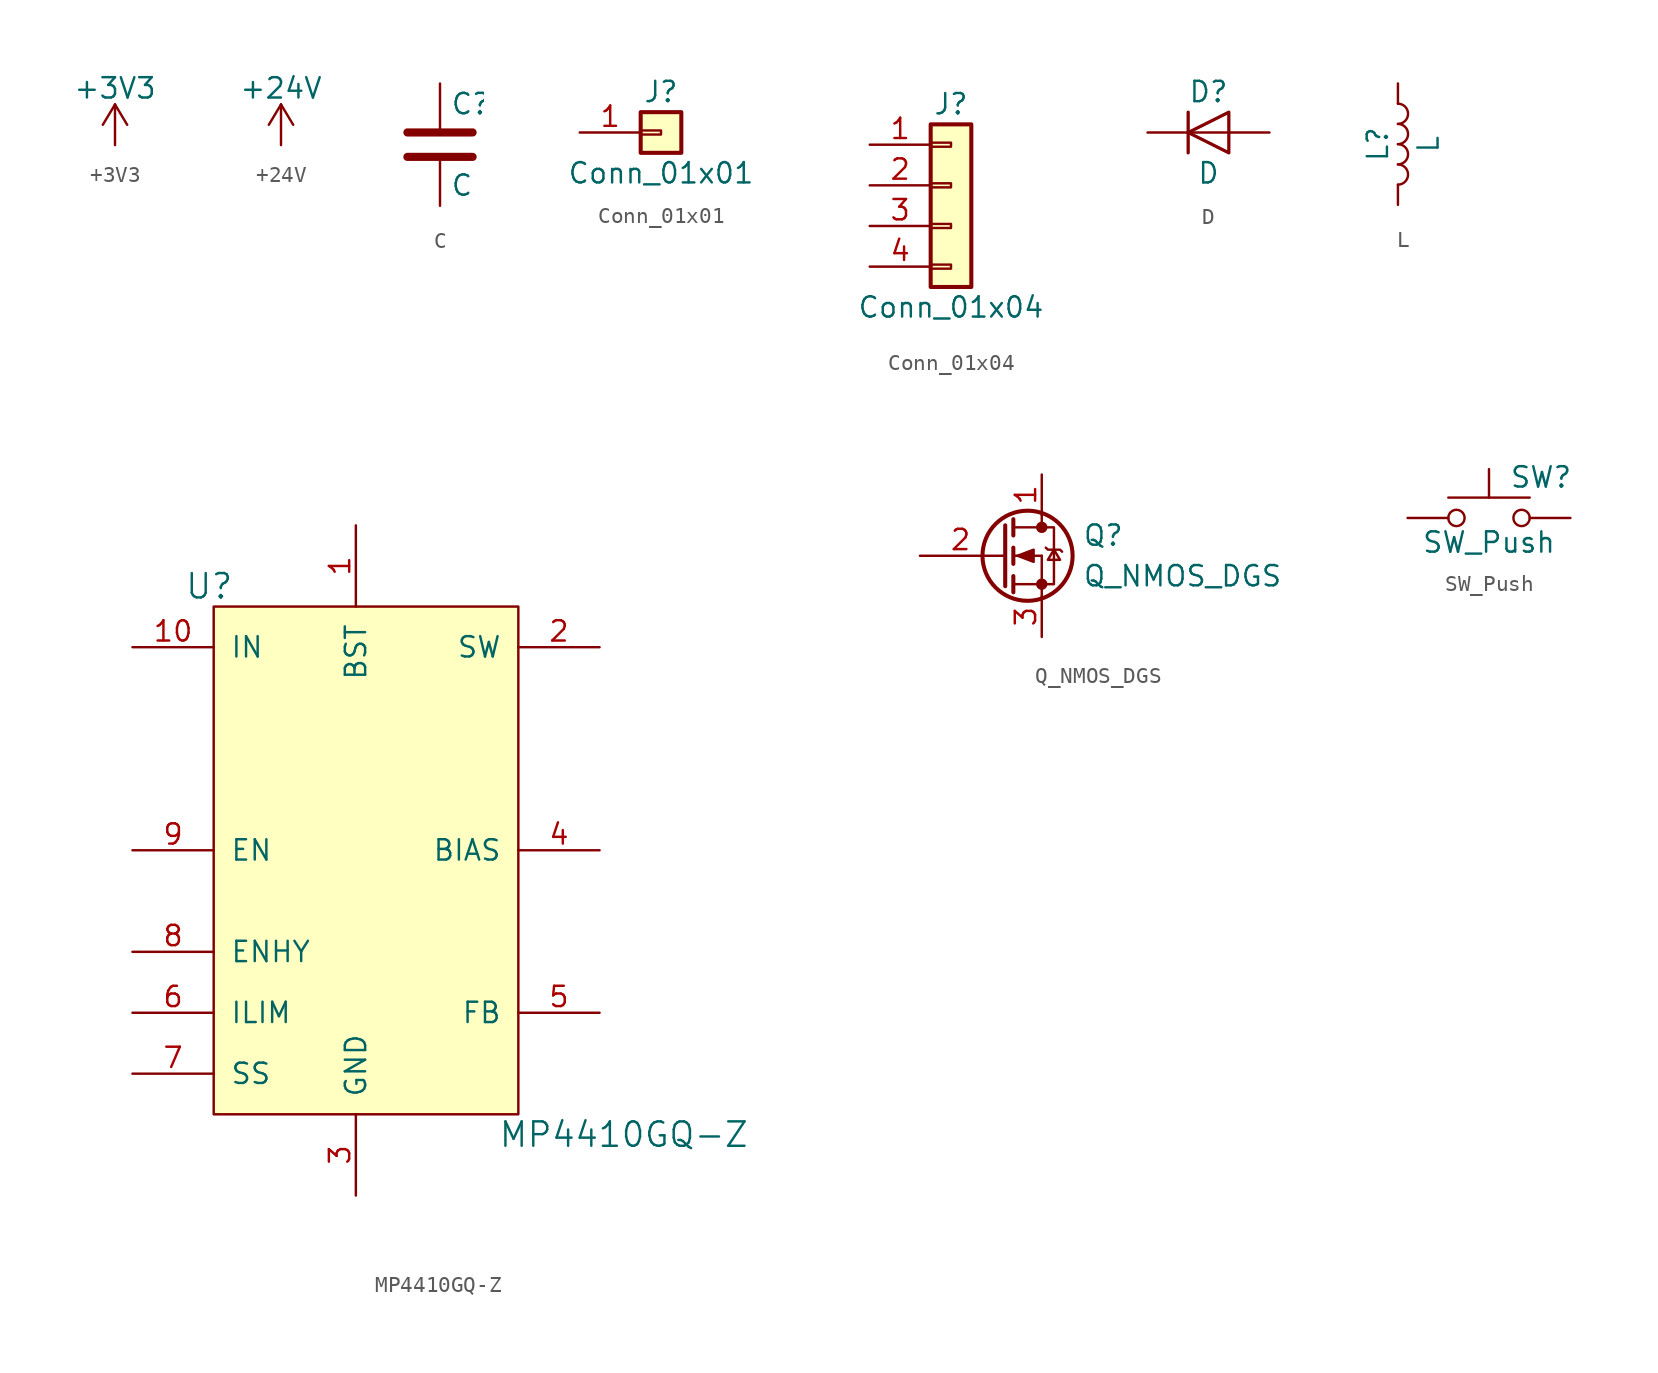
<source format=kicad_sym>
(kicad_symbol_lib
  (version 20220914)
  (generator kicad_symbol_editor)
  (symbol "+3V3"
    (power)
    (pin_names
      (offset 0))
    (property "Reference" "#PWR"
      (at 0 -3.81 0)
      (effects (font (size 1.27 1.27)) hide))
    (property "Value" "+3V3"
      (at 0 3.556 0)
      (effects (font (size 1.27 1.27))))
    (symbol "+3V3_0_1"
      (polyline (pts (xy -0.762 1.27) (xy 0 2.54)) (stroke (width 0) (type solid)) (fill (type none)))
      (polyline (pts (xy 0 0) (xy 0 2.54)) (stroke (width 0) (type solid)) (fill (type none)))
      (polyline (pts (xy 0 2.54) (xy 0.762 1.27)) (stroke (width 0) (type solid)) (fill (type none))))
    (symbol "+3V3_1_1"
      (pin power_in line (at 0 0 90) (length 0) hide (name "+3V3" (effects (font (size 1.27 1.27)))) (number "1" (effects (font (size 1.27 1.27)))))))
  (symbol "+24V"
    (power)
    (pin_names
      (offset 0))
    (property "Reference" "#PWR"
      (at 0 -3.81 0)
      (effects (font (size 1.27 1.27)) hide))
    (property "Value" "+24V"
      (at 0 3.556 0)
      (effects (font (size 1.27 1.27))))
    (symbol "+24V_0_1"
      (polyline (pts (xy -0.762 1.27) (xy 0 2.54)) (stroke (width 0) (type solid)) (fill (type none)))
      (polyline (pts (xy 0 0) (xy 0 2.54)) (stroke (width 0) (type solid)) (fill (type none)))
      (polyline (pts (xy 0 2.54) (xy 0.762 1.27)) (stroke (width 0) (type solid)) (fill (type none))))
    (symbol "+24V_1_1"
      (pin power_in line (at 0 0 90) (length 0) hide (name "+24V" (effects (font (size 1.27 1.27)))) (number "1" (effects (font (size 1.27 1.27)))))))
  (symbol "C"
    (pin_numbers hide)
    (pin_names
      (offset 0.254))
    (property "Reference" "C"
      (at 0.635 2.54 0)
      (effects (font (size 1.27 1.27)) (justify left)))
    (property "Value" "C"
      (at 0.635 -2.54 0)
      (effects (font (size 1.27 1.27)) (justify left)))
    (symbol "C_0_1"
      (polyline (pts (xy -2.032 -0.762) (xy 2.032 -0.762)) (stroke (width 0.508) (type solid)) (fill (type none)))
      (polyline (pts (xy -2.032 0.762) (xy 2.032 0.762)) (stroke (width 0.508) (type solid)) (fill (type none))))
    (symbol "C_1_1"
      (pin passive line (at 0 3.81 270) (length 2.794) (name "~" (effects (font (size 1.27 1.27)))) (number "1" (effects (font (size 1.27 1.27)))))
      (pin passive line (at 0 -3.81 90) (length 2.794) (name "~" (effects (font (size 1.27 1.27)))) (number "2" (effects (font (size 1.27 1.27)))))))
  (symbol "Conn_01x01"
    (pin_names
      (offset 1.016) hide)
    (property "Reference" "J"
      (at 0 2.54 0)
      (effects (font (size 1.27 1.27))))
    (property "Value" "Conn_01x01"
      (at 0 -2.54 0)
      (effects (font (size 1.27 1.27))))
    (symbol "Conn_01x01_1_1"
      (rectangle (start -1.27 0.127) (end 0 -0.127) (stroke (width 0.152) (type solid)) (fill (type none)))
      (rectangle (start -1.27 1.27) (end 1.27 -1.27) (stroke (width 0.254) (type solid)) (fill (type background)))
      (pin passive line (at -5.08 0 0) (length 3.81) (name "Pin_1" (effects (font (size 1.27 1.27)))) (number "1" (effects (font (size 1.27 1.27)))))))
  (symbol "Conn_01x04"
    (pin_names
      (offset 1.016) hide)
    (property "Reference" "J"
      (at 0 5.08 0)
      (effects (font (size 1.27 1.27))))
    (property "Value" "Conn_01x04"
      (at 0 -7.62 0)
      (effects (font (size 1.27 1.27))))
    (symbol "Conn_01x04_1_1"
      (rectangle (start -1.27 -4.953) (end 0 -5.207) (stroke (width 0.152) (type solid)) (fill (type none)))
      (rectangle (start -1.27 -2.413) (end 0 -2.667) (stroke (width 0.152) (type solid)) (fill (type none)))
      (rectangle (start -1.27 0.127) (end 0 -0.127) (stroke (width 0.152) (type solid)) (fill (type none)))
      (rectangle (start -1.27 2.667) (end 0 2.413) (stroke (width 0.152) (type solid)) (fill (type none)))
      (rectangle (start -1.27 3.81) (end 1.27 -6.35) (stroke (width 0.254) (type solid)) (fill (type background)))
      (pin passive line (at -5.08 2.54 0) (length 3.81) (name "Pin_1" (effects (font (size 1.27 1.27)))) (number "1" (effects (font (size 1.27 1.27)))))
      (pin passive line (at -5.08 0 0) (length 3.81) (name "Pin_2" (effects (font (size 1.27 1.27)))) (number "2" (effects (font (size 1.27 1.27)))))
      (pin passive line (at -5.08 -2.54 0) (length 3.81) (name "Pin_3" (effects (font (size 1.27 1.27)))) (number "3" (effects (font (size 1.27 1.27)))))
      (pin passive line (at -5.08 -5.08 0) (length 3.81) (name "Pin_4" (effects (font (size 1.27 1.27)))) (number "4" (effects (font (size 1.27 1.27)))))))
  (symbol "D"
    (pin_numbers hide)
    (pin_names
      (offset 1.016) hide)
    (property "Reference" "D"
      (at 0 2.54 0)
      (effects (font (size 1.27 1.27))))
    (property "Value" "D"
      (at 0 -2.54 0)
      (effects (font (size 1.27 1.27))))
    (symbol "D_0_1"
      (polyline (pts (xy -1.27 1.27) (xy -1.27 -1.27)) (stroke (width 0.203) (type solid)) (fill (type none)))
      (polyline (pts (xy 1.27 0) (xy -1.27 0)) (stroke (width 0) (type solid)) (fill (type none)))
      (polyline (pts (xy 1.27 1.27) (xy 1.27 -1.27) (xy -1.27 0) (xy 1.27 1.27)) (stroke (width 0.203) (type solid)) (fill (type none))))
    (symbol "D_1_1"
      (pin passive line (at -3.81 0 0) (length 2.54) (name "K" (effects (font (size 1.27 1.27)))) (number "1" (effects (font (size 1.27 1.27)))))
      (pin passive line (at 3.81 0 180) (length 2.54) (name "A" (effects (font (size 1.27 1.27)))) (number "2" (effects (font (size 1.27 1.27)))))))
  (symbol "L"
    (pin_numbers hide)
    (pin_names
      (offset 1.016) hide)
    (property "Reference" "L"
      (at -1.27 0 90)
      (effects (font (size 1.27 1.27))))
    (property "Value" "L"
      (at 1.905 0 90)
      (effects (font (size 1.27 1.27))))
    (symbol "L_0_1"
      (arc (start 0 -2.54) (mid 0.635 -1.905) (end 0 -1.27) (stroke (width 0) (type solid)) (fill (type none)))
      (arc (start 0 -1.27) (mid 0.635 -0.635) (end 0 0) (stroke (width 0) (type solid)) (fill (type none)))
      (arc (start 0 0) (mid 0.635 0.635) (end 0 1.27) (stroke (width 0) (type solid)) (fill (type none)))
      (arc (start 0 1.27) (mid 0.635 1.905) (end 0 2.54) (stroke (width 0) (type solid)) (fill (type none))))
    (symbol "L_1_1"
      (pin passive line (at 0 3.81 270) (length 1.27) (name "1" (effects (font (size 1.27 1.27)))) (number "1" (effects (font (size 1.27 1.27)))))
      (pin passive line (at 0 -3.81 90) (length 1.27) (name "2" (effects (font (size 1.27 1.27)))) (number "2" (effects (font (size 1.27 1.27)))))))
  (symbol "MP4410GQ-Z"
    (pin_names
      (offset 1.016))
    (property "Reference" "U"
      (at -7.62 16.51 0)
      (effects (font (size 1.524 1.524)) (justify right)))
    (property "Value" "MP4410GQ-Z"
      (at 8.89 -17.78 0)
      (effects (font (size 1.524 1.524)) (justify left)))
    (symbol "MP4410GQ-Z_0_1"
      (rectangle (start -8.89 15.24) (end 10.16 -16.51) (stroke (width 0) (type solid)) (fill (type background)))
      (pin power_in line (at 0 20.32 270) (length 5.08) (name "BST" (effects (font (size 1.27 1.27)))) (number "1" (effects (font (size 1.27 1.27)))))
      (pin power_in line (at -13.97 12.7 0) (length 5.08) (name "IN" (effects (font (size 1.27 1.27)))) (number "10" (effects (font (size 1.27 1.27)))))
      (pin power_out line (at 15.24 12.7 180) (length 5.08) (name "SW" (effects (font (size 1.27 1.27)))) (number "2" (effects (font (size 1.27 1.27)))))
      (pin power_in line (at 0 -21.59 90) (length 5.08) (name "GND" (effects (font (size 1.27 1.27)))) (number "3" (effects (font (size 1.27 1.27)))))
      (pin power_in line (at 15.24 0 180) (length 5.08) (name "BIAS" (effects (font (size 1.27 1.27)))) (number "4" (effects (font (size 1.27 1.27)))))
      (pin input line (at 15.24 -10.16 180) (length 5.08) (name "FB" (effects (font (size 1.27 1.27)))) (number "5" (effects (font (size 1.27 1.27)))))
      (pin input line (at -13.97 -10.16 0) (length 5.08) (name "ILIM" (effects (font (size 1.27 1.27)))) (number "6" (effects (font (size 1.27 1.27)))))
      (pin input line (at -13.97 -13.97 0) (length 5.08) (name "SS" (effects (font (size 1.27 1.27)))) (number "7" (effects (font (size 1.27 1.27)))))
      (pin output line (at -13.97 -6.35 0) (length 5.08) (name "ENHY" (effects (font (size 1.27 1.27)))) (number "8" (effects (font (size 1.27 1.27)))))
      (pin input line (at -13.97 0 0) (length 5.08) (name "EN" (effects (font (size 1.27 1.27)))) (number "9" (effects (font (size 1.27 1.27)))))))
  (symbol "Q_NMOS_DGS"
    (pin_names
      (offset 0) hide)
    (property "Reference" "Q"
      (at 5.08 1.27 0)
      (effects (font (size 1.27 1.27)) (justify left)))
    (property "Value" "Q_NMOS_DGS"
      (at 5.08 -1.27 0)
      (effects (font (size 1.27 1.27)) (justify left)))
    (symbol "Q_NMOS_DGS_0_1"
      (polyline (pts (xy 0.051 0) (xy 0.254 0)) (stroke (width 0) (type solid)) (fill (type none)))
      (polyline (pts (xy 0.762 -1.778) (xy 2.54 -1.778)) (stroke (width 0) (type solid)) (fill (type none)))
      (polyline (pts (xy 0.762 -1.27) (xy 0.762 -2.286)) (stroke (width 0.254) (type solid)) (fill (type none)))
      (polyline (pts (xy 0.762 0) (xy 2.54 0)) (stroke (width 0) (type solid)) (fill (type none)))
      (polyline (pts (xy 0.762 0.508) (xy 0.762 -0.508)) (stroke (width 0.254) (type solid)) (fill (type none)))
      (polyline (pts (xy 0.762 1.778) (xy 2.54 1.778)) (stroke (width 0) (type solid)) (fill (type none)))
      (polyline (pts (xy 0.762 2.286) (xy 0.762 1.27)) (stroke (width 0.254) (type solid)) (fill (type none)))
      (polyline (pts (xy 2.54 -1.778) (xy 2.54 -2.54)) (stroke (width 0) (type solid)) (fill (type none)))
      (polyline (pts (xy 2.54 -1.778) (xy 2.54 0)) (stroke (width 0) (type solid)) (fill (type none)))
      (polyline (pts (xy 2.54 2.54) (xy 2.54 1.778)) (stroke (width 0) (type solid)) (fill (type none)))
      (polyline (pts (xy 0.254 1.905) (xy 0.254 -1.905) (xy 0.254 -1.905)) (stroke (width 0.254) (type solid)) (fill (type none)))
      (polyline (pts (xy 1.016 0) (xy 2.032 0.381) (xy 2.032 -0.381) (xy 1.016 0)) (stroke (width 0) (type solid)) (fill (type outline)))
      (polyline (pts (xy 2.54 -1.778) (xy 3.302 -1.778) (xy 3.302 1.778) (xy 2.54 1.778)) (stroke (width 0) (type solid)) (fill (type none)))
      (polyline (pts (xy 2.794 0.508) (xy 2.921 0.381) (xy 3.683 0.381) (xy 3.81 0.254)) (stroke (width 0) (type solid)) (fill (type none)))
      (polyline (pts (xy 3.302 0.381) (xy 2.921 -0.254) (xy 3.683 -0.254) (xy 3.302 0.381)) (stroke (width 0) (type solid)) (fill (type none)))
      (circle (center 1.651 0) (radius 2.819) (stroke (width 0.254) (type solid)) (fill (type none)))
      (circle (center 2.54 -1.778) (radius 0.279) (stroke (width 0) (type solid)) (fill (type outline)))
      (circle (center 2.54 1.778) (radius 0.279) (stroke (width 0) (type solid)) (fill (type outline))))
    (symbol "Q_NMOS_DGS_1_1"
      (pin passive line (at 2.54 5.08 270) (length 2.54) (name "D" (effects (font (size 1.27 1.27)))) (number "1" (effects (font (size 1.27 1.27)))))
      (pin input line (at -5.08 0 0) (length 5.08) (name "G" (effects (font (size 1.27 1.27)))) (number "2" (effects (font (size 1.27 1.27)))))
      (pin passive line (at 2.54 -5.08 90) (length 2.54) (name "S" (effects (font (size 1.27 1.27)))) (number "3" (effects (font (size 1.27 1.27)))))))
  (symbol "SW_Push"
    (pin_numbers hide)
    (pin_names
      (offset 1.016) hide)
    (property "Reference" "SW"
      (at 1.27 2.54 0)
      (effects (font (size 1.27 1.27)) (justify left)))
    (property "Value" "SW_Push"
      (at 0 -1.524 0)
      (effects (font (size 1.27 1.27))))
    (symbol "SW_Push_0_1"
      (circle (center -2.032 0) (radius 0.508) (stroke (width 0) (type solid)) (fill (type none)))
      (polyline (pts (xy 0 1.27) (xy 0 3.048)) (stroke (width 0) (type solid)) (fill (type none)))
      (polyline (pts (xy 2.54 1.27) (xy -2.54 1.27)) (stroke (width 0) (type solid)) (fill (type none)))
      (circle (center 2.032 0) (radius 0.508) (stroke (width 0) (type solid)) (fill (type none)))
      (pin passive line (at -5.08 0 0) (length 2.54) (name "1" (effects (font (size 1.27 1.27)))) (number "1" (effects (font (size 1.27 1.27)))))
      (pin passive line (at 5.08 0 180) (length 2.54) (name "2" (effects (font (size 1.27 1.27)))) (number "2" (effects (font (size 1.27 1.27))))))))
</source>
